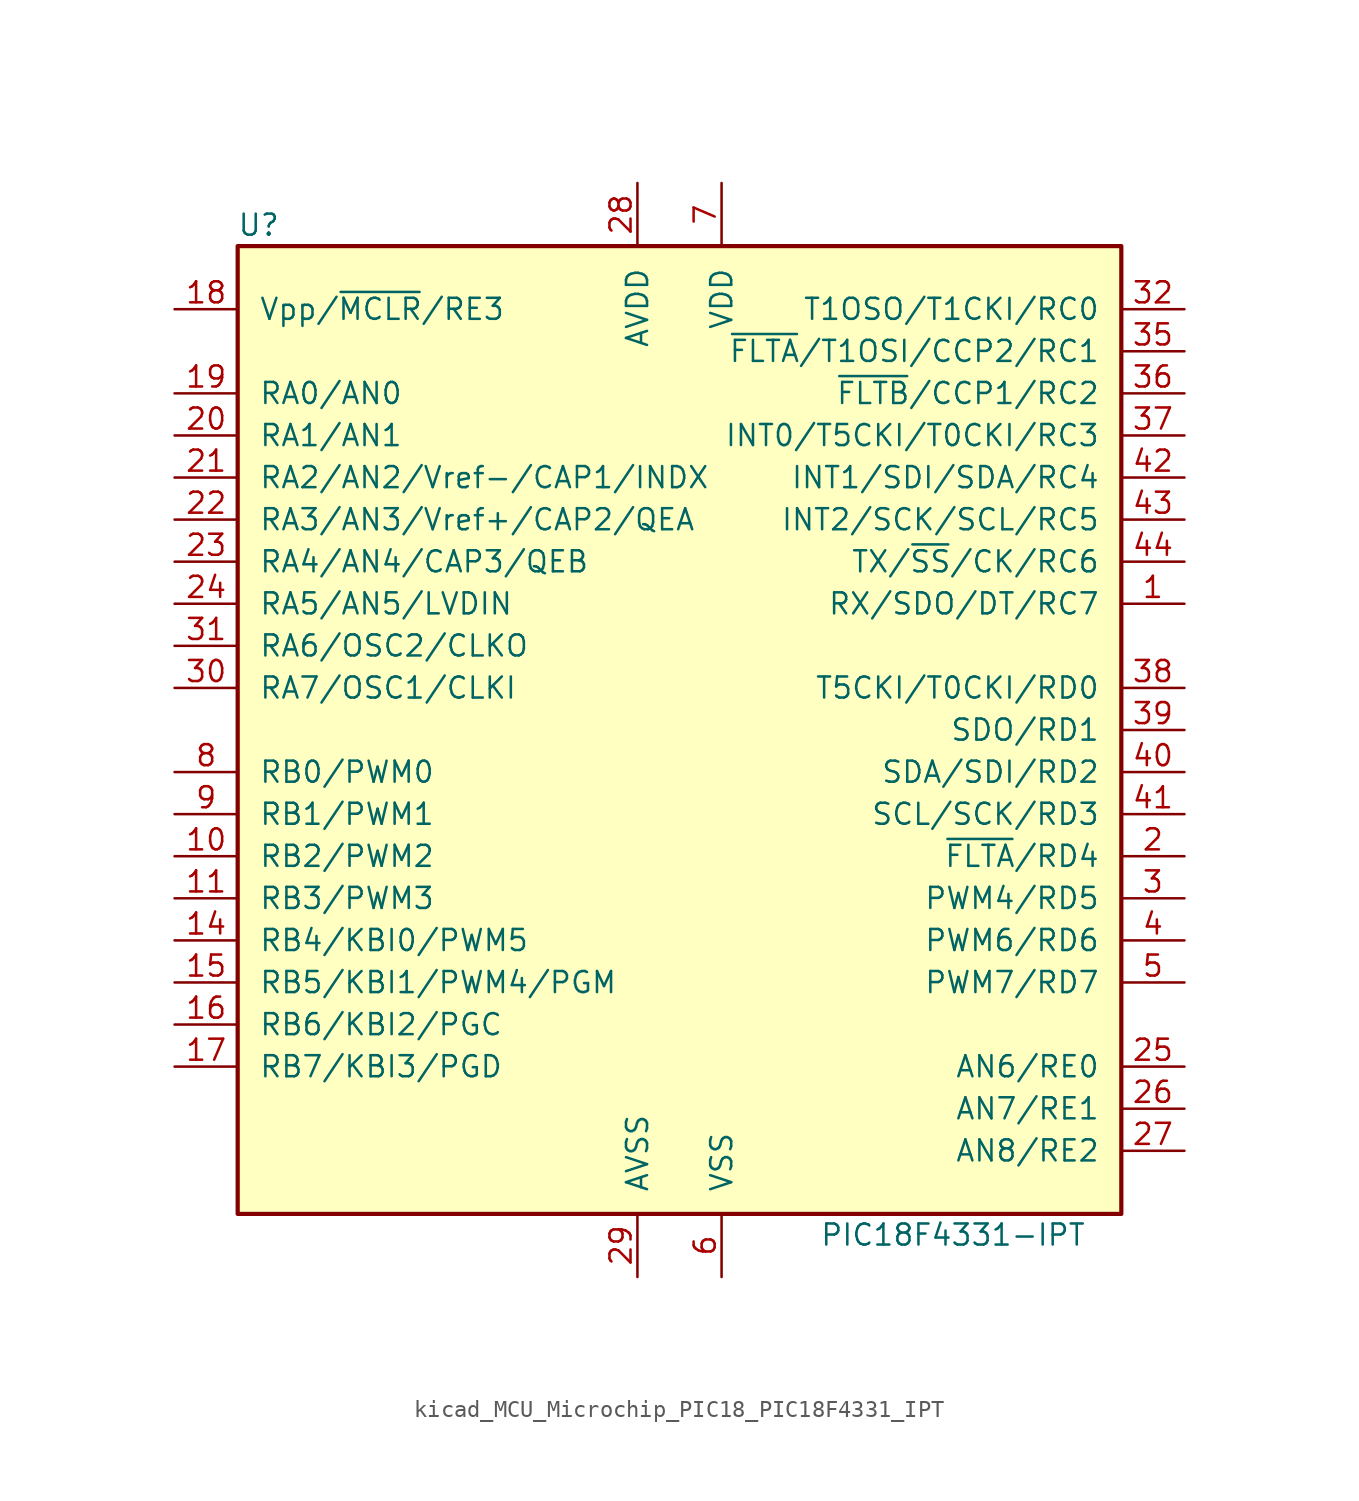
<source format=kicad_sym>
(kicad_symbol_lib
  (version 20220914)
  (generator kicad_symbol_editor)
  (symbol "kicad_MCU_Microchip_PIC18_PIC18F4331_IPT"
    (pin_names
      (offset 1.27))
    (property "Reference" "U"
      (at -25.4 30.48 0)
      (effects (font (size 1.27 1.27))))
    (property "Value" "PIC18F4331-IPT"
      (at 16.51 -30.48 0)
      (effects (font (size 1.27 1.27))))
    (symbol "kicad_MCU_Microchip_PIC18_PIC18F4331_IPT_0_1"
      (rectangle (start -26.67 29.21) (end 26.67 -29.21) (stroke (width 0.254) (type default)) (fill (type background))))
    (symbol "kicad_MCU_Microchip_PIC18_PIC18F4331_IPT_1_1"
      (pin bidirectional line (at 30.48 7.62 180) (length 3.81) (name "RX/SDO/DT/RC7" (effects (font (size 1.27 1.27)))) (number "1" (effects (font (size 1.27 1.27)))))
      (pin bidirectional line (at -30.48 -7.62 0) (length 3.81) (name "RB2/PWM2" (effects (font (size 1.27 1.27)))) (number "10" (effects (font (size 1.27 1.27)))))
      (pin bidirectional line (at -30.48 -10.16 0) (length 3.81) (name "RB3/PWM3" (effects (font (size 1.27 1.27)))) (number "11" (effects (font (size 1.27 1.27)))))
      (pin no_connect line (at -15.24 -29.21 90) (length 3.81) hide (name "NC" (effects (font (size 1.27 1.27)))) (number "12" (effects (font (size 1.27 1.27)))))
      (pin no_connect line (at -12.7 -29.21 90) (length 3.81) hide (name "NC" (effects (font (size 1.27 1.27)))) (number "13" (effects (font (size 1.27 1.27)))))
      (pin bidirectional line (at -30.48 -12.7 0) (length 3.81) (name "RB4/KBI0/PWM5" (effects (font (size 1.27 1.27)))) (number "14" (effects (font (size 1.27 1.27)))))
      (pin bidirectional line (at -30.48 -15.24 0) (length 3.81) (name "RB5/KBI1/PWM4/PGM" (effects (font (size 1.27 1.27)))) (number "15" (effects (font (size 1.27 1.27)))))
      (pin bidirectional line (at -30.48 -17.78 0) (length 3.81) (name "RB6/KBI2/PGC" (effects (font (size 1.27 1.27)))) (number "16" (effects (font (size 1.27 1.27)))))
      (pin bidirectional line (at -30.48 -20.32 0) (length 3.81) (name "RB7/KBI3/PGD" (effects (font (size 1.27 1.27)))) (number "17" (effects (font (size 1.27 1.27)))))
      (pin input line (at -30.48 25.4 0) (length 3.81) (name "Vpp/~{MCLR}/RE3" (effects (font (size 1.27 1.27)))) (number "18" (effects (font (size 1.27 1.27)))))
      (pin bidirectional line (at -30.48 20.32 0) (length 3.81) (name "RA0/AN0" (effects (font (size 1.27 1.27)))) (number "19" (effects (font (size 1.27 1.27)))))
      (pin bidirectional line (at 30.48 -7.62 180) (length 3.81) (name "~{FLTA}/RD4" (effects (font (size 1.27 1.27)))) (number "2" (effects (font (size 1.27 1.27)))))
      (pin bidirectional line (at -30.48 17.78 0) (length 3.81) (name "RA1/AN1" (effects (font (size 1.27 1.27)))) (number "20" (effects (font (size 1.27 1.27)))))
      (pin bidirectional line (at -30.48 15.24 0) (length 3.81) (name "RA2/AN2/Vref-/CAP1/INDX" (effects (font (size 1.27 1.27)))) (number "21" (effects (font (size 1.27 1.27)))))
      (pin bidirectional line (at -30.48 12.7 0) (length 3.81) (name "RA3/AN3/Vref+/CAP2/QEA" (effects (font (size 1.27 1.27)))) (number "22" (effects (font (size 1.27 1.27)))))
      (pin bidirectional line (at -30.48 10.16 0) (length 3.81) (name "RA4/AN4/CAP3/QEB" (effects (font (size 1.27 1.27)))) (number "23" (effects (font (size 1.27 1.27)))))
      (pin bidirectional line (at -30.48 7.62 0) (length 3.81) (name "RA5/AN5/LVDIN" (effects (font (size 1.27 1.27)))) (number "24" (effects (font (size 1.27 1.27)))))
      (pin bidirectional line (at 30.48 -20.32 180) (length 3.81) (name "AN6/RE0" (effects (font (size 1.27 1.27)))) (number "25" (effects (font (size 1.27 1.27)))))
      (pin bidirectional line (at 30.48 -22.86 180) (length 3.81) (name "AN7/RE1" (effects (font (size 1.27 1.27)))) (number "26" (effects (font (size 1.27 1.27)))))
      (pin bidirectional line (at 30.48 -25.4 180) (length 3.81) (name "AN8/RE2" (effects (font (size 1.27 1.27)))) (number "27" (effects (font (size 1.27 1.27)))))
      (pin power_in line (at -2.54 33.02 270) (length 3.81) (name "AVDD" (effects (font (size 1.27 1.27)))) (number "28" (effects (font (size 1.27 1.27)))))
      (pin power_in line (at -2.54 -33.02 90) (length 3.81) (name "AVSS" (effects (font (size 1.27 1.27)))) (number "29" (effects (font (size 1.27 1.27)))))
      (pin bidirectional line (at 30.48 -10.16 180) (length 3.81) (name "PWM4/RD5" (effects (font (size 1.27 1.27)))) (number "3" (effects (font (size 1.27 1.27)))))
      (pin bidirectional line (at -30.48 2.54 0) (length 3.81) (name "RA7/OSC1/CLKI" (effects (font (size 1.27 1.27)))) (number "30" (effects (font (size 1.27 1.27)))))
      (pin bidirectional line (at -30.48 5.08 0) (length 3.81) (name "RA6/OSC2/CLKO" (effects (font (size 1.27 1.27)))) (number "31" (effects (font (size 1.27 1.27)))))
      (pin bidirectional line (at 30.48 25.4 180) (length 3.81) (name "T1OSO/T1CKI/RC0" (effects (font (size 1.27 1.27)))) (number "32" (effects (font (size 1.27 1.27)))))
      (pin no_connect line (at -10.16 -29.21 90) (length 3.81) hide (name "NC" (effects (font (size 1.27 1.27)))) (number "33" (effects (font (size 1.27 1.27)))))
      (pin no_connect line (at -7.62 -29.21 90) (length 3.81) hide (name "NC" (effects (font (size 1.27 1.27)))) (number "34" (effects (font (size 1.27 1.27)))))
      (pin bidirectional line (at 30.48 22.86 180) (length 3.81) (name "~{FLTA}/T1OSI/CCP2/RC1" (effects (font (size 1.27 1.27)))) (number "35" (effects (font (size 1.27 1.27)))))
      (pin bidirectional line (at 30.48 20.32 180) (length 3.81) (name "~{FLTB}/CCP1/RC2" (effects (font (size 1.27 1.27)))) (number "36" (effects (font (size 1.27 1.27)))))
      (pin bidirectional line (at 30.48 17.78 180) (length 3.81) (name "INT0/T5CKI/T0CKI/RC3" (effects (font (size 1.27 1.27)))) (number "37" (effects (font (size 1.27 1.27)))))
      (pin bidirectional line (at 30.48 2.54 180) (length 3.81) (name "T5CKI/T0CKI/RD0" (effects (font (size 1.27 1.27)))) (number "38" (effects (font (size 1.27 1.27)))))
      (pin bidirectional line (at 30.48 0 180) (length 3.81) (name "SDO/RD1" (effects (font (size 1.27 1.27)))) (number "39" (effects (font (size 1.27 1.27)))))
      (pin bidirectional line (at 30.48 -12.7 180) (length 3.81) (name "PWM6/RD6" (effects (font (size 1.27 1.27)))) (number "4" (effects (font (size 1.27 1.27)))))
      (pin bidirectional line (at 30.48 -2.54 180) (length 3.81) (name "SDA/SDI/RD2" (effects (font (size 1.27 1.27)))) (number "40" (effects (font (size 1.27 1.27)))))
      (pin bidirectional line (at 30.48 -5.08 180) (length 3.81) (name "SCL/SCK/RD3" (effects (font (size 1.27 1.27)))) (number "41" (effects (font (size 1.27 1.27)))))
      (pin bidirectional line (at 30.48 15.24 180) (length 3.81) (name "INT1/SDI/SDA/RC4" (effects (font (size 1.27 1.27)))) (number "42" (effects (font (size 1.27 1.27)))))
      (pin bidirectional line (at 30.48 12.7 180) (length 3.81) (name "INT2/SCK/SCL/RC5" (effects (font (size 1.27 1.27)))) (number "43" (effects (font (size 1.27 1.27)))))
      (pin bidirectional line (at 30.48 10.16 180) (length 3.81) (name "TX/~{SS}/CK/RC6" (effects (font (size 1.27 1.27)))) (number "44" (effects (font (size 1.27 1.27)))))
      (pin bidirectional line (at 30.48 -15.24 180) (length 3.81) (name "PWM7/RD7" (effects (font (size 1.27 1.27)))) (number "5" (effects (font (size 1.27 1.27)))))
      (pin power_in line (at 2.54 -33.02 90) (length 3.81) (name "VSS" (effects (font (size 1.27 1.27)))) (number "6" (effects (font (size 1.27 1.27)))))
      (pin power_in line (at 2.54 33.02 270) (length 3.81) (name "VDD" (effects (font (size 1.27 1.27)))) (number "7" (effects (font (size 1.27 1.27)))))
      (pin bidirectional line (at -30.48 -2.54 0) (length 3.81) (name "RB0/PWM0" (effects (font (size 1.27 1.27)))) (number "8" (effects (font (size 1.27 1.27)))))
      (pin bidirectional line (at -30.48 -5.08 0) (length 3.81) (name "RB1/PWM1" (effects (font (size 1.27 1.27)))) (number "9" (effects (font (size 1.27 1.27))))))))
</source>
